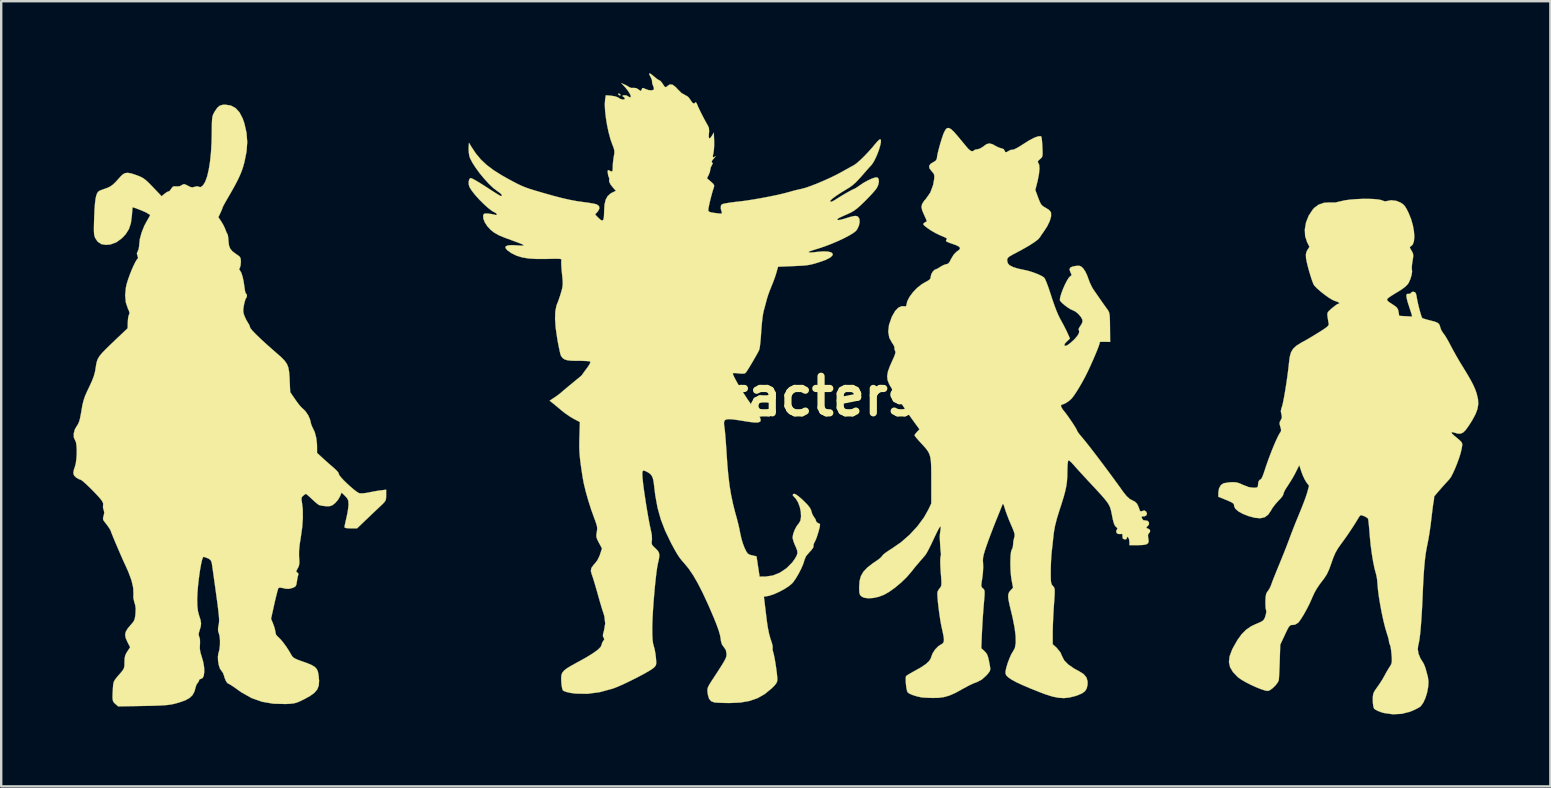
<source format=kicad_pcb>
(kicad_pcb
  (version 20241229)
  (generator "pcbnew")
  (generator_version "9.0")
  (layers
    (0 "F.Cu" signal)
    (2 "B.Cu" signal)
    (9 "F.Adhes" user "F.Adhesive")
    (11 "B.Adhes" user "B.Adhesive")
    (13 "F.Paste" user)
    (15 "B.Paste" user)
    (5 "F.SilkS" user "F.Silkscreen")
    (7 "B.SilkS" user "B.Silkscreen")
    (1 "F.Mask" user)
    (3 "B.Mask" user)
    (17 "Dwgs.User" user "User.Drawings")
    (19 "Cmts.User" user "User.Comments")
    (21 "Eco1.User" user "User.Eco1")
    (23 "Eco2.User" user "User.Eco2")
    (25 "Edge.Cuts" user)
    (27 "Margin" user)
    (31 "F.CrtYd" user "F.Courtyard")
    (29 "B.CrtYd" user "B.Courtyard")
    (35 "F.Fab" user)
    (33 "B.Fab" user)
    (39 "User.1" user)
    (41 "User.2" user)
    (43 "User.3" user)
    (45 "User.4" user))
  (footprint "characters"
    (layer "F.Cu")
    (at 29.124 13.46)
    (property "Reference" "characters" (at 0 0 0) (layer "F.SilkS") (effects (font (size 1.524 1.524) (thickness 0.3))))
    (attr through_hole)
    (fp_poly (pts (xy -6.337 -12.584) (xy -6.329 -12.573) (xy -6.331 -12.534) (xy -6.345 -12.531) (xy -6.405 -12.562) (xy -6.413 -12.573) (xy -6.412 -12.612) (xy -6.397 -12.615) (xy -6.337 -12.584)) (stroke (width 0.01) (type solid)) (fill yes) (layer "F.SilkS"))
    (fp_poly (pts (xy 25.051 -8.218) (xy 25.243 -8.2) (xy 25.378 -8.173) (xy 25.42 -8.154) (xy 25.534 -8.12) (xy 25.59 -8.131) (xy 25.787 -8.168) (xy 26.002 -8.141) (xy 26.182 -8.067) (xy 26.28 -7.999) (xy 26.36 -7.913) (xy 26.437 -7.786) (xy 26.514 -7.631) (xy 26.615 -7.38) (xy 26.688 -7.123) (xy 26.733 -6.875) (xy 26.749 -6.65) (xy 26.733 -6.462) (xy 26.685 -6.325) (xy 26.624 -6.263) (xy 26.573 -6.231) (xy 26.563 -6.194) (xy 26.597 -6.125) (xy 26.632 -6.068) (xy 26.68 -5.981) (xy 26.702 -5.905) (xy 26.701 -5.808) (xy 26.679 -5.663) (xy 26.674 -5.635) (xy 26.652 -5.482) (xy 26.643 -5.356) (xy 26.648 -5.287) (xy 26.656 -5.184) (xy 26.631 -5.037) (xy 26.582 -4.877) (xy 26.516 -4.732) (xy 26.476 -4.67) (xy 26.385 -4.577) (xy 26.249 -4.471) (xy 26.108 -4.38) (xy 25.953 -4.287) (xy 25.806 -4.195) (xy 25.708 -4.13) (xy 25.638 -4.073) (xy 25.611 -4.026) (xy 25.636 -3.975) (xy 25.719 -3.908) (xy 25.868 -3.812) (xy 25.891 -3.797) (xy 26.006 -3.713) (xy 26.066 -3.625) (xy 26.092 -3.521) (xy 26.119 -3.352) (xy 26.384 -3.336) (xy 26.523 -3.328) (xy 26.623 -3.324) (xy 26.659 -3.325) (xy 26.651 -3.364) (xy 26.621 -3.466) (xy 26.574 -3.612) (xy 26.543 -3.705) (xy 26.467 -3.942) (xy 26.426 -4.11) (xy 26.419 -4.214) (xy 26.445 -4.263) (xy 26.498 -4.264) (xy 26.578 -4.273) (xy 26.604 -4.304) (xy 26.66 -4.349) (xy 26.722 -4.353) (xy 26.786 -4.328) (xy 26.823 -4.26) (xy 26.845 -4.149) (xy 26.872 -4) (xy 26.91 -3.825) (xy 26.955 -3.643) (xy 27.001 -3.476) (xy 27.042 -3.345) (xy 27.073 -3.269) (xy 27.08 -3.261) (xy 27.136 -3.236) (xy 27.25 -3.201) (xy 27.399 -3.162) (xy 27.406 -3.16) (xy 27.59 -3.113) (xy 27.707 -3.067) (xy 27.776 -3.012) (xy 27.814 -2.935) (xy 27.83 -2.869) (xy 27.879 -2.74) (xy 27.957 -2.626) (xy 28.018 -2.543) (xy 28.103 -2.406) (xy 28.198 -2.236) (xy 28.26 -2.117) (xy 28.367 -1.916) (xy 28.501 -1.676) (xy 28.645 -1.428) (xy 28.768 -1.228) (xy 28.947 -0.935) (xy 29.086 -0.696) (xy 29.191 -0.498) (xy 29.27 -0.325) (xy 29.33 -0.163) (xy 29.353 -0.088) (xy 29.403 0.129) (xy 29.413 0.329) (xy 29.379 0.53) (xy 29.297 0.747) (xy 29.163 0.996) (xy 29.021 1.221) (xy 28.892 1.401) (xy 28.781 1.51) (xy 28.672 1.558) (xy 28.551 1.553) (xy 28.46 1.526) (xy 28.342 1.493) (xy 28.296 1.504) (xy 28.323 1.557) (xy 28.409 1.639) (xy 28.564 1.767) (xy 28.665 1.856) (xy 28.722 1.922) (xy 28.745 1.983) (xy 28.743 2.057) (xy 28.725 2.16) (xy 28.716 2.207) (xy 28.677 2.372) (xy 28.613 2.574) (xy 28.533 2.795) (xy 28.445 3.013) (xy 28.356 3.209) (xy 28.276 3.361) (xy 28.22 3.442) (xy 28.066 3.611) (xy 27.916 3.778) (xy 27.782 3.931) (xy 27.673 4.058) (xy 27.598 4.148) (xy 27.569 4.19) (xy 27.569 4.191) (xy 27.575 4.228) (xy 27.564 4.321) (xy 27.555 4.371) (xy 27.537 4.48) (xy 27.513 4.651) (xy 27.487 4.864) (xy 27.46 5.095) (xy 27.454 5.144) (xy 27.422 5.404) (xy 27.382 5.678) (xy 27.34 5.933) (xy 27.301 6.136) (xy 27.3 6.138) (xy 27.257 6.353) (xy 27.22 6.579) (xy 27.189 6.829) (xy 27.162 7.115) (xy 27.138 7.449) (xy 27.116 7.844) (xy 27.096 8.297) (xy 27.074 8.779) (xy 27.048 9.211) (xy 27.021 9.586) (xy 26.992 9.898) (xy 26.961 10.141) (xy 26.93 10.308) (xy 26.914 10.362) (xy 26.892 10.531) (xy 26.925 10.729) (xy 27.007 10.927) (xy 27.069 11.021) (xy 27.145 11.15) (xy 27.208 11.305) (xy 27.22 11.345) (xy 27.262 11.504) (xy 27.305 11.66) (xy 27.314 11.693) (xy 27.339 11.878) (xy 27.327 12.101) (xy 27.283 12.338) (xy 27.213 12.567) (xy 27.123 12.764) (xy 27.021 12.906) (xy 26.988 12.935) (xy 26.883 12.999) (xy 26.73 13.074) (xy 26.57 13.141) (xy 26.221 13.23) (xy 25.851 13.248) (xy 25.485 13.195) (xy 25.379 13.165) (xy 25.236 13.111) (xy 25.123 13.052) (xy 25.072 13.011) (xy 25.044 12.929) (xy 25.024 12.791) (xy 25.019 12.654) (xy 25.022 12.503) (xy 25.04 12.394) (xy 25.083 12.296) (xy 25.162 12.177) (xy 25.207 12.115) (xy 25.32 11.952) (xy 25.429 11.78) (xy 25.503 11.648) (xy 25.588 11.491) (xy 25.68 11.335) (xy 25.72 11.275) (xy 25.773 11.19) (xy 25.803 11.115) (xy 25.814 11.023) (xy 25.811 10.891) (xy 25.8 10.753) (xy 25.783 10.584) (xy 25.762 10.447) (xy 25.741 10.365) (xy 25.734 10.353) (xy 25.703 10.28) (xy 25.696 10.224) (xy 25.683 10.137) (xy 25.647 10.004) (xy 25.613 9.899) (xy 25.541 9.663) (xy 25.466 9.366) (xy 25.394 9.032) (xy 25.328 8.683) (xy 25.272 8.343) (xy 25.233 8.035) (xy 25.213 7.789) (xy 25.198 7.625) (xy 25.171 7.47) (xy 25.155 7.408) (xy 25.093 7.18) (xy 25.033 6.888) (xy 24.978 6.554) (xy 24.931 6.199) (xy 24.896 5.843) (xy 24.892 5.788) (xy 24.874 5.563) (xy 24.856 5.365) (xy 24.84 5.212) (xy 24.827 5.12) (xy 24.823 5.103) (xy 24.773 5.054) (xy 24.677 5.001) (xy 24.572 4.962) (xy 24.514 4.953) (xy 24.477 4.986) (xy 24.421 5.068) (xy 24.408 5.091) (xy 24.281 5.3) (xy 24.119 5.55) (xy 23.938 5.817) (xy 23.755 6.073) (xy 23.694 6.155) (xy 23.56 6.347) (xy 23.458 6.526) (xy 23.372 6.727) (xy 23.298 6.938) (xy 23.201 7.207) (xy 23.104 7.415) (xy 22.995 7.584) (xy 22.974 7.611) (xy 22.808 7.83) (xy 22.683 8.015) (xy 22.583 8.194) (xy 22.491 8.396) (xy 22.472 8.443) (xy 22.38 8.647) (xy 22.268 8.867) (xy 22.149 9.081) (xy 22.034 9.268) (xy 21.937 9.404) (xy 21.915 9.43) (xy 21.787 9.511) (xy 21.689 9.525) (xy 21.625 9.528) (xy 21.576 9.548) (xy 21.529 9.597) (xy 21.475 9.689) (xy 21.402 9.838) (xy 21.356 9.937) (xy 21.163 10.35) (xy 21.141 11.049) (xy 21.132 11.289) (xy 21.123 11.505) (xy 21.114 11.679) (xy 21.106 11.795) (xy 21.101 11.832) (xy 21.054 11.931) (xy 20.963 12.046) (xy 20.851 12.157) (xy 20.738 12.241) (xy 20.649 12.277) (xy 20.644 12.277) (xy 20.527 12.256) (xy 20.357 12.2) (xy 20.155 12.119) (xy 19.94 12.021) (xy 19.732 11.915) (xy 19.55 11.81) (xy 19.415 11.716) (xy 19.399 11.703) (xy 19.197 11.494) (xy 19.073 11.286) (xy 19.026 11.068) (xy 19.055 10.829) (xy 19.157 10.557) (xy 19.198 10.475) (xy 19.377 10.16) (xy 19.552 9.916) (xy 19.738 9.729) (xy 19.945 9.586) (xy 20.142 9.491) (xy 20.306 9.422) (xy 20.41 9.369) (xy 20.473 9.315) (xy 20.513 9.246) (xy 20.546 9.154) (xy 20.578 9.025) (xy 20.583 8.934) (xy 20.575 8.912) (xy 20.558 8.851) (xy 20.548 8.73) (xy 20.546 8.572) (xy 20.546 8.543) (xy 20.555 8.363) (xy 20.575 8.243) (xy 20.611 8.162) (xy 20.644 8.12) (xy 20.715 8.014) (xy 20.778 7.878) (xy 20.786 7.853) (xy 20.821 7.756) (xy 20.881 7.599) (xy 20.961 7.4) (xy 21.052 7.174) (xy 21.113 7.027) (xy 21.221 6.765) (xy 21.332 6.488) (xy 21.436 6.223) (xy 21.521 5.999) (xy 21.548 5.927) (xy 21.626 5.718) (xy 21.725 5.461) (xy 21.835 5.186) (xy 21.943 4.924) (xy 21.962 4.878) (xy 22.058 4.643) (xy 22.149 4.41) (xy 22.225 4.202) (xy 22.278 4.041) (xy 22.29 4.001) (xy 22.364 3.728) (xy 22.253 3.583) (xy 22.182 3.465) (xy 22.106 3.303) (xy 22.049 3.153) (xy 21.956 2.869) (xy 21.832 3.117) (xy 21.763 3.254) (xy 21.693 3.38) (xy 21.611 3.516) (xy 21.503 3.686) (xy 21.399 3.844) (xy 21.335 3.958) (xy 21.297 4.054) (xy 21.294 4.079) (xy 21.265 4.145) (xy 21.189 4.245) (xy 21.087 4.352) (xy 20.958 4.495) (xy 20.838 4.656) (xy 20.774 4.765) (xy 20.659 4.934) (xy 20.516 5.039) (xy 20.334 5.081) (xy 20.106 5.062) (xy 19.845 4.992) (xy 19.602 4.897) (xy 19.414 4.791) (xy 19.291 4.682) (xy 19.242 4.576) (xy 19.242 4.563) (xy 19.234 4.506) (xy 19.199 4.459) (xy 19.121 4.41) (xy 18.984 4.348) (xy 18.914 4.319) (xy 18.584 4.185) (xy 18.585 4.008) (xy 18.614 3.835) (xy 18.69 3.701) (xy 18.801 3.625) (xy 18.844 3.616) (xy 18.921 3.605) (xy 18.944 3.598) (xy 18.982 3.592) (xy 19.079 3.583) (xy 19.154 3.579) (xy 19.309 3.582) (xy 19.456 3.621) (xy 19.604 3.688) (xy 19.854 3.785) (xy 20.039 3.81) (xy 20.159 3.806) (xy 20.217 3.785) (xy 20.234 3.737) (xy 20.235 3.708) (xy 20.252 3.568) (xy 20.299 3.486) (xy 20.34 3.471) (xy 20.377 3.434) (xy 20.427 3.335) (xy 20.479 3.194) (xy 20.489 3.164) (xy 20.578 2.893) (xy 20.678 2.61) (xy 20.785 2.33) (xy 20.89 2.068) (xy 20.99 1.838) (xy 21.077 1.654) (xy 21.146 1.53) (xy 21.166 1.503) (xy 21.198 1.443) (xy 21.193 1.361) (xy 21.167 1.271) (xy 21.136 1.154) (xy 21.142 1.073) (xy 21.184 0.994) (xy 21.231 0.896) (xy 21.225 0.795) (xy 21.211 0.746) (xy 21.187 0.621) (xy 21.213 0.496) (xy 21.229 0.453) (xy 21.258 0.357) (xy 21.293 0.192) (xy 21.334 -0.024) (xy 21.377 -0.278) (xy 21.42 -0.551) (xy 21.46 -0.83) (xy 21.495 -1.097) (xy 21.522 -1.338) (xy 21.528 -1.397) (xy 21.56 -1.647) (xy 21.614 -1.836) (xy 21.703 -1.984) (xy 21.841 -2.11) (xy 22.04 -2.235) (xy 22.14 -2.289) (xy 22.254 -2.351) (xy 22.416 -2.446) (xy 22.603 -2.559) (xy 22.768 -2.661) (xy 22.955 -2.78) (xy 23.08 -2.867) (xy 23.152 -2.931) (xy 23.183 -2.98) (xy 23.183 -3.023) (xy 23.165 -3.12) (xy 23.143 -3.255) (xy 23.136 -3.302) (xy 23.125 -3.407) (xy 23.135 -3.48) (xy 23.181 -3.546) (xy 23.274 -3.632) (xy 23.321 -3.672) (xy 23.436 -3.765) (xy 23.529 -3.83) (xy 23.577 -3.852) (xy 23.628 -3.866) (xy 23.612 -3.898) (xy 23.544 -3.938) (xy 23.44 -3.973) (xy 23.33 -4.021) (xy 23.18 -4.113) (xy 23.01 -4.234) (xy 22.839 -4.369) (xy 22.686 -4.504) (xy 22.575 -4.622) (xy 22.537 -4.695) (xy 22.486 -4.83) (xy 22.428 -5.008) (xy 22.368 -5.208) (xy 22.313 -5.409) (xy 22.269 -5.593) (xy 22.241 -5.738) (xy 22.237 -5.764) (xy 22.232 -5.919) (xy 22.265 -6.039) (xy 22.297 -6.096) (xy 22.38 -6.228) (xy 22.282 -6.423) (xy 22.2 -6.672) (xy 22.187 -6.95) (xy 22.236 -7.238) (xy 22.346 -7.519) (xy 22.513 -7.774) (xy 22.577 -7.847) (xy 22.76 -7.983) (xy 22.986 -8.062) (xy 23.23 -8.075) (xy 23.264 -8.071) (xy 23.46 -8.074) (xy 23.693 -8.127) (xy 23.855 -8.164) (xy 24.067 -8.193) (xy 24.311 -8.213) (xy 24.567 -8.224) (xy 24.82 -8.226) (xy 25.051 -8.218)) (stroke (width 0.01) (type solid)) (fill yes) (layer "F.SilkS"))
    (fp_poly (pts (xy -22.562 -12.115) (xy -22.363 -12.01) (xy -22.198 -11.832) (xy -22.064 -11.577) (xy -21.992 -11.367) (xy -21.903 -10.975) (xy -21.874 -10.591) (xy -21.903 -10.192) (xy -21.991 -9.758) (xy -22.043 -9.568) (xy -22.104 -9.387) (xy -22.18 -9.201) (xy -22.276 -8.997) (xy -22.4 -8.761) (xy -22.558 -8.48) (xy -22.739 -8.168) (xy -22.817 -8.031) (xy -22.875 -7.923) (xy -22.902 -7.864) (xy -22.902 -7.86) (xy -22.919 -7.808) (xy -22.961 -7.707) (xy -22.989 -7.646) (xy -23.076 -7.461) (xy -22.952 -7.276) (xy -22.868 -7.133) (xy -22.798 -6.986) (xy -22.778 -6.933) (xy -22.738 -6.827) (xy -22.704 -6.763) (xy -22.698 -6.757) (xy -22.681 -6.708) (xy -22.665 -6.6) (xy -22.656 -6.47) (xy -22.635 -6.287) (xy -22.584 -6.151) (xy -22.487 -6.037) (xy -22.329 -5.919) (xy -22.299 -5.9) (xy -22.202 -5.83) (xy -22.155 -5.762) (xy -22.141 -5.66) (xy -22.14 -5.596) (xy -22.15 -5.466) (xy -22.174 -5.369) (xy -22.188 -5.345) (xy -22.211 -5.289) (xy -22.171 -5.232) (xy -22.118 -5.14) (xy -22.067 -4.98) (xy -22.022 -4.768) (xy -21.986 -4.52) (xy -21.983 -4.498) (xy -21.964 -4.374) (xy -21.939 -4.293) (xy -21.923 -4.276) (xy -21.893 -4.242) (xy -21.888 -4.171) (xy -21.908 -4.104) (xy -21.924 -4.088) (xy -21.95 -4.037) (xy -21.983 -3.928) (xy -22.012 -3.798) (xy -22.037 -3.637) (xy -22.039 -3.522) (xy -22.014 -3.414) (xy -21.988 -3.342) (xy -21.926 -3.204) (xy -21.858 -3.084) (xy -21.837 -3.053) (xy -21.78 -2.955) (xy -21.759 -2.877) (xy -21.728 -2.818) (xy -21.637 -2.711) (xy -21.493 -2.563) (xy -21.302 -2.38) (xy -21.071 -2.168) (xy -20.807 -1.933) (xy -20.649 -1.797) (xy -20.452 -1.623) (xy -20.313 -1.479) (xy -20.219 -1.344) (xy -20.161 -1.196) (xy -20.129 -1.013) (xy -20.111 -0.775) (xy -20.107 -0.69) (xy -20.084 -0.174) (xy -19.879 0.126) (xy -19.776 0.271) (xy -19.681 0.392) (xy -19.61 0.469) (xy -19.596 0.481) (xy -19.457 0.612) (xy -19.337 0.786) (xy -19.258 0.965) (xy -19.244 1.025) (xy -19.21 1.165) (xy -19.163 1.283) (xy -19.151 1.305) (xy -19.061 1.494) (xy -18.998 1.737) (xy -18.968 2.004) (xy -18.966 2.079) (xy -18.965 2.358) (xy -18.741 2.566) (xy -18.584 2.708) (xy -18.405 2.865) (xy -18.277 2.975) (xy -18.158 3.085) (xy -18.081 3.175) (xy -18.058 3.231) (xy -18.059 3.233) (xy -18.039 3.285) (xy -17.967 3.378) (xy -17.857 3.497) (xy -17.722 3.629) (xy -17.577 3.762) (xy -17.436 3.882) (xy -17.313 3.977) (xy -17.221 4.032) (xy -17.198 4.041) (xy -17.094 4.045) (xy -16.943 4.031) (xy -16.805 4.006) (xy -16.617 3.968) (xy -16.423 3.935) (xy -16.309 3.919) (xy -16.087 3.892) (xy -16.087 4.123) (xy -16.089 4.237) (xy -16.104 4.32) (xy -16.145 4.393) (xy -16.223 4.479) (xy -16.35 4.6) (xy -16.351 4.601) (xy -16.5 4.74) (xy -16.681 4.912) (xy -16.865 5.088) (xy -16.957 5.175) (xy -17.299 5.503) (xy -17.561 5.503) (xy -17.722 5.496) (xy -17.806 5.475) (xy -17.822 5.45) (xy -17.813 5.387) (xy -17.787 5.264) (xy -17.751 5.105) (xy -17.737 5.046) (xy -17.697 4.853) (xy -17.667 4.664) (xy -17.653 4.514) (xy -17.653 4.493) (xy -17.663 4.355) (xy -17.704 4.257) (xy -17.796 4.154) (xy -17.798 4.151) (xy -17.944 4.011) (xy -18.011 4.172) (xy -18.094 4.315) (xy -18.207 4.445) (xy -18.329 4.54) (xy -18.433 4.578) (xy -18.597 4.579) (xy -18.757 4.561) (xy -18.876 4.531) (xy -18.893 4.523) (xy -18.96 4.475) (xy -19.065 4.386) (xy -19.186 4.275) (xy -19.188 4.273) (xy -19.298 4.171) (xy -19.384 4.097) (xy -19.428 4.066) (xy -19.43 4.065) (xy -19.475 4.091) (xy -19.543 4.143) (xy -19.596 4.197) (xy -19.615 4.26) (xy -19.606 4.362) (xy -19.594 4.427) (xy -19.56 4.717) (xy -19.557 5.066) (xy -19.584 5.457) (xy -19.642 5.87) (xy -19.644 5.884) (xy -19.692 6.191) (xy -19.715 6.44) (xy -19.716 6.652) (xy -19.712 6.719) (xy -19.702 6.892) (xy -19.709 7.011) (xy -19.737 7.103) (xy -19.772 7.169) (xy -19.823 7.264) (xy -19.829 7.312) (xy -19.794 7.338) (xy -19.788 7.34) (xy -19.74 7.391) (xy -19.749 7.44) (xy -19.772 7.525) (xy -19.796 7.655) (xy -19.806 7.722) (xy -19.828 7.848) (xy -19.864 7.919) (xy -19.936 7.963) (xy -20.003 7.988) (xy -20.142 8.023) (xy -20.271 8.017) (xy -20.354 7.997) (xy -20.479 7.972) (xy -20.559 7.977) (xy -20.571 7.984) (xy -20.592 8.037) (xy -20.626 8.157) (xy -20.67 8.329) (xy -20.72 8.538) (xy -20.744 8.646) (xy -20.882 9.269) (xy -20.792 9.487) (xy -20.74 9.633) (xy -20.707 9.768) (xy -20.701 9.826) (xy -20.669 9.943) (xy -20.572 10.041) (xy -20.48 10.13) (xy -20.364 10.272) (xy -20.237 10.447) (xy -20.116 10.635) (xy -20.024 10.796) (xy -19.973 10.865) (xy -19.889 10.924) (xy -19.754 10.983) (xy -19.622 11.031) (xy -19.37 11.12) (xy -19.187 11.198) (xy -19.062 11.274) (xy -18.981 11.359) (xy -18.933 11.462) (xy -18.905 11.593) (xy -18.904 11.599) (xy -18.88 11.851) (xy -18.894 12.051) (xy -18.957 12.213) (xy -19.076 12.354) (xy -19.261 12.488) (xy -19.489 12.614) (xy -19.667 12.702) (xy -19.802 12.759) (xy -19.927 12.792) (xy -20.074 12.809) (xy -20.272 12.82) (xy -20.275 12.82) (xy -20.788 12.807) (xy -21.257 12.726) (xy -21.692 12.572) (xy -22.101 12.344) (xy -22.224 12.259) (xy -22.38 12.146) (xy -22.514 12.056) (xy -22.608 11.997) (xy -22.646 11.98) (xy -22.706 11.943) (xy -22.769 11.846) (xy -22.822 11.714) (xy -22.84 11.644) (xy -22.884 11.525) (xy -22.948 11.435) (xy -22.951 11.433) (xy -23.012 11.342) (xy -23.06 11.195) (xy -23.089 11.022) (xy -23.096 10.852) (xy -23.077 10.713) (xy -23.068 10.689) (xy -23.03 10.543) (xy -23.01 10.353) (xy -23.009 10.153) (xy -23.028 9.976) (xy -23.056 9.878) (xy -23.089 9.769) (xy -23.088 9.651) (xy -23.066 9.536) (xy -23.053 9.462) (xy -23.046 9.377) (xy -23.047 9.269) (xy -23.057 9.128) (xy -23.077 8.942) (xy -23.106 8.7) (xy -23.148 8.392) (xy -23.173 8.209) (xy -23.215 7.903) (xy -23.255 7.619) (xy -23.29 7.368) (xy -23.319 7.164) (xy -23.34 7.019) (xy -23.35 6.95) (xy -23.388 6.84) (xy -23.472 6.77) (xy -23.517 6.749) (xy -23.621 6.709) (xy -23.691 6.689) (xy -23.697 6.689) (xy -23.727 6.729) (xy -23.762 6.839) (xy -23.799 7.006) (xy -23.837 7.217) (xy -23.872 7.456) (xy -23.904 7.711) (xy -23.931 7.968) (xy -23.949 8.212) (xy -23.958 8.43) (xy -23.959 8.488) (xy -23.951 8.752) (xy -23.926 8.958) (xy -23.88 9.132) (xy -23.876 9.144) (xy -23.819 9.323) (xy -23.798 9.459) (xy -23.81 9.585) (xy -23.854 9.736) (xy -23.857 9.742) (xy -23.894 9.874) (xy -23.894 9.964) (xy -23.872 10.02) (xy -23.843 10.133) (xy -23.841 10.3) (xy -23.845 10.343) (xy -23.85 10.508) (xy -23.826 10.671) (xy -23.767 10.863) (xy -23.705 11.081) (xy -23.671 11.291) (xy -23.664 11.48) (xy -23.684 11.633) (xy -23.729 11.734) (xy -23.796 11.769) (xy -23.862 11.794) (xy -23.876 11.827) (xy -23.906 11.902) (xy -23.937 11.936) (xy -23.988 12.011) (xy -24.024 12.121) (xy -24.076 12.308) (xy -24.158 12.455) (xy -24.281 12.571) (xy -24.458 12.668) (xy -24.703 12.754) (xy -24.832 12.791) (xy -24.951 12.821) (xy -25.073 12.844) (xy -25.21 12.862) (xy -25.376 12.875) (xy -25.586 12.886) (xy -25.853 12.894) (xy -26.189 12.901) (xy -26.208 12.901) (xy -27.248 12.92) (xy -27.37 12.816) (xy -27.422 12.767) (xy -27.458 12.717) (xy -27.478 12.651) (xy -27.486 12.551) (xy -27.483 12.403) (xy -27.472 12.19) (xy -27.468 12.127) (xy -27.457 11.996) (xy -27.433 11.898) (xy -27.384 11.807) (xy -27.298 11.696) (xy -27.22 11.607) (xy -27.106 11.475) (xy -27.037 11.38) (xy -27.002 11.297) (xy -26.989 11.199) (xy -26.988 11.076) (xy -26.98 10.905) (xy -26.95 10.779) (xy -26.887 10.659) (xy -26.87 10.633) (xy -26.753 10.456) (xy -26.86 10.246) (xy -26.934 10.079) (xy -26.961 9.943) (xy -26.937 9.816) (xy -26.858 9.68) (xy -26.718 9.513) (xy -26.69 9.483) (xy -26.612 9.386) (xy -26.566 9.288) (xy -26.54 9.157) (xy -26.529 9.05) (xy -26.521 8.844) (xy -26.543 8.688) (xy -26.57 8.607) (xy -26.618 8.402) (xy -26.615 8.214) (xy -26.626 7.967) (xy -26.697 7.664) (xy -26.83 7.306) (xy -26.944 7.053) (xy -27.008 6.916) (xy -27.087 6.739) (xy -27.176 6.536) (xy -27.268 6.322) (xy -27.358 6.112) (xy -27.438 5.921) (xy -27.502 5.763) (xy -27.545 5.655) (xy -27.559 5.61) (xy -27.583 5.559) (xy -27.643 5.465) (xy -27.722 5.353) (xy -27.806 5.246) (xy -27.827 5.221) (xy -27.877 5.146) (xy -27.881 5.067) (xy -27.857 4.979) (xy -27.829 4.851) (xy -27.849 4.753) (xy -27.856 4.739) (xy -27.884 4.627) (xy -27.878 4.543) (xy -27.877 4.456) (xy -27.925 4.358) (xy -27.991 4.271) (xy -28.109 4.138) (xy -28.249 3.99) (xy -28.398 3.839) (xy -28.543 3.7) (xy -28.671 3.583) (xy -28.768 3.503) (xy -28.822 3.473) (xy -28.822 3.473) (xy -28.893 3.449) (xy -28.991 3.392) (xy -29.002 3.384) (xy -29.088 3.301) (xy -29.119 3.201) (xy -29.098 3.065) (xy -29.055 2.942) (xy -29.018 2.805) (xy -28.993 2.625) (xy -28.979 2.423) (xy -28.977 2.221) (xy -28.988 2.042) (xy -29.011 1.907) (xy -29.038 1.848) (xy -29.097 1.717) (xy -29.102 1.551) (xy -29.055 1.377) (xy -28.982 1.252) (xy -28.925 1.164) (xy -28.88 1.062) (xy -28.841 0.925) (xy -28.804 0.735) (xy -28.781 0.599) (xy -28.739 0.362) (xy -28.693 0.173) (xy -28.634 -0.002) (xy -28.551 -0.194) (xy -28.471 -0.36) (xy -28.35 -0.619) (xy -28.267 -0.833) (xy -28.215 -1.025) (xy -28.195 -1.14) (xy -28.173 -1.283) (xy -28.152 -1.4) (xy -28.122 -1.501) (xy -28.078 -1.596) (xy -28.013 -1.695) (xy -27.918 -1.807) (xy -27.787 -1.944) (xy -27.612 -2.115) (xy -27.388 -2.33) (xy -27.261 -2.45) (xy -26.857 -2.834) (xy -26.85 -3.093) (xy -26.839 -3.24) (xy -26.818 -3.357) (xy -26.796 -3.409) (xy -26.777 -3.468) (xy -26.803 -3.563) (xy -26.843 -3.648) (xy -26.931 -3.907) (xy -26.96 -4.209) (xy -26.927 -4.539) (xy -26.889 -4.705) (xy -26.833 -4.882) (xy -26.762 -5.079) (xy -26.682 -5.278) (xy -26.602 -5.459) (xy -26.528 -5.606) (xy -26.47 -5.699) (xy -26.448 -5.721) (xy -26.421 -5.767) (xy -26.447 -5.855) (xy -26.447 -5.856) (xy -26.473 -5.954) (xy -26.437 -6.037) (xy -26.436 -6.039) (xy -26.399 -6.128) (xy -26.377 -6.26) (xy -26.375 -6.314) (xy -26.347 -6.553) (xy -26.272 -6.827) (xy -26.161 -7.104) (xy -26.057 -7.298) (xy -25.984 -7.423) (xy -25.934 -7.515) (xy -25.918 -7.554) (xy -25.918 -7.554) (xy -25.958 -7.579) (xy -26.04 -7.63) (xy -26.05 -7.637) (xy -26.13 -7.678) (xy -26.253 -7.732) (xy -26.394 -7.788) (xy -26.525 -7.838) (xy -26.621 -7.869) (xy -26.649 -7.874) (xy -26.656 -7.835) (xy -26.665 -7.731) (xy -26.676 -7.582) (xy -26.68 -7.525) (xy -26.72 -7.219) (xy -26.802 -6.969) (xy -26.937 -6.753) (xy -27.091 -6.589) (xy -27.324 -6.417) (xy -27.571 -6.326) (xy -27.758 -6.308) (xy -27.953 -6.339) (xy -28.101 -6.439) (xy -28.186 -6.557) (xy -28.218 -6.619) (xy -28.241 -6.684) (xy -28.254 -6.767) (xy -28.261 -6.881) (xy -28.261 -7.042) (xy -28.256 -7.265) (xy -28.251 -7.431) (xy -28.237 -7.759) (xy -28.217 -8.029) (xy -28.192 -8.233) (xy -28.167 -8.348) (xy -28.13 -8.453) (xy -28.087 -8.52) (xy -28.017 -8.568) (xy -27.898 -8.614) (xy -27.822 -8.64) (xy -27.682 -8.691) (xy -27.57 -8.747) (xy -27.467 -8.822) (xy -27.354 -8.931) (xy -27.211 -9.088) (xy -27.171 -9.135) (xy -27.067 -9.238) (xy -26.967 -9.296) (xy -26.85 -9.31) (xy -26.697 -9.282) (xy -26.49 -9.213) (xy -26.461 -9.203) (xy -26.325 -9.148) (xy -26.214 -9.09) (xy -26.108 -9.013) (xy -25.987 -8.903) (xy -25.834 -8.746) (xy -25.802 -8.713) (xy -25.441 -8.334) (xy -25.311 -8.443) (xy -25.222 -8.507) (xy -25.16 -8.534) (xy -25.15 -8.533) (xy -25.111 -8.552) (xy -25.054 -8.624) (xy -25.044 -8.641) (xy -24.981 -8.726) (xy -24.912 -8.751) (xy -24.849 -8.742) (xy -24.695 -8.749) (xy -24.617 -8.788) (xy -24.543 -8.83) (xy -24.482 -8.835) (xy -24.398 -8.799) (xy -24.343 -8.769) (xy -24.227 -8.713) (xy -24.143 -8.703) (xy -24.075 -8.725) (xy -23.954 -8.75) (xy -23.893 -8.729) (xy -23.826 -8.713) (xy -23.756 -8.753) (xy -23.712 -8.797) (xy -23.624 -8.937) (xy -23.546 -9.152) (xy -23.479 -9.434) (xy -23.424 -9.773) (xy -23.384 -10.16) (xy -23.36 -10.586) (xy -23.353 -10.901) (xy -23.35 -11.173) (xy -23.346 -11.374) (xy -23.339 -11.521) (xy -23.327 -11.626) (xy -23.308 -11.705) (xy -23.279 -11.773) (xy -23.24 -11.844) (xy -23.229 -11.863) (xy -23.124 -12.017) (xy -23.02 -12.106) (xy -22.894 -12.144) (xy -22.798 -12.15) (xy -22.562 -12.115)) (stroke (width 0.01) (type solid)) (fill yes) (layer "F.SilkS"))
    (fp_poly (pts (xy 7.452 -11.127) (xy 7.576 -11.01) (xy 7.736 -10.825) (xy 7.77 -10.784) (xy 7.905 -10.621) (xy 8.028 -10.473) (xy 8.124 -10.359) (xy 8.178 -10.298) (xy 8.277 -10.219) (xy 8.361 -10.209) (xy 8.403 -10.245) (xy 8.461 -10.277) (xy 8.543 -10.289) (xy 8.646 -10.317) (xy 8.767 -10.387) (xy 8.804 -10.416) (xy 8.934 -10.507) (xy 9.052 -10.534) (xy 9.183 -10.497) (xy 9.292 -10.436) (xy 9.414 -10.373) (xy 9.523 -10.335) (xy 9.554 -10.331) (xy 9.643 -10.294) (xy 9.673 -10.245) (xy 9.706 -10.176) (xy 9.757 -10.169) (xy 9.847 -10.221) (xy 9.856 -10.227) (xy 9.948 -10.269) (xy 10.013 -10.271) (xy 10.072 -10.284) (xy 10.184 -10.339) (xy 10.334 -10.426) (xy 10.479 -10.52) (xy 10.712 -10.666) (xy 10.912 -10.77) (xy 11.069 -10.828) (xy 11.176 -10.836) (xy 11.208 -10.82) (xy 11.222 -10.768) (xy 11.236 -10.651) (xy 11.248 -10.49) (xy 11.254 -10.383) (xy 11.261 -10.194) (xy 11.261 -10.071) (xy 11.249 -9.993) (xy 11.221 -9.941) (xy 11.174 -9.897) (xy 11.151 -9.878) (xy 11.074 -9.806) (xy 11.063 -9.756) (xy 11.082 -9.729) (xy 11.121 -9.638) (xy 11.131 -9.48) (xy 11.112 -9.27) (xy 11.065 -9.021) (xy 11.046 -8.941) (xy 10.959 -8.596) (xy 11.078 -8.274) (xy 11.142 -8.11) (xy 11.196 -8.004) (xy 11.257 -7.934) (xy 11.342 -7.878) (xy 11.393 -7.851) (xy 11.538 -7.757) (xy 11.611 -7.662) (xy 11.614 -7.65) (xy 11.616 -7.496) (xy 11.561 -7.302) (xy 11.455 -7.082) (xy 11.308 -6.858) (xy 11.227 -6.744) (xy 11.162 -6.645) (xy 11.151 -6.625) (xy 11.071 -6.535) (xy 10.915 -6.417) (xy 10.686 -6.271) (xy 10.388 -6.1) (xy 10.022 -5.906) (xy 10.001 -5.896) (xy 9.862 -5.814) (xy 9.794 -5.738) (xy 9.785 -5.645) (xy 9.817 -5.536) (xy 9.887 -5.459) (xy 10.031 -5.385) (xy 10.237 -5.319) (xy 10.477 -5.268) (xy 10.656 -5.228) (xy 10.851 -5.169) (xy 11.039 -5.098) (xy 11.199 -5.026) (xy 11.309 -4.959) (xy 11.336 -4.933) (xy 11.377 -4.857) (xy 11.435 -4.72) (xy 11.502 -4.541) (xy 11.57 -4.338) (xy 11.571 -4.335) (xy 11.676 -4.014) (xy 11.765 -3.758) (xy 11.844 -3.552) (xy 11.918 -3.379) (xy 11.996 -3.222) (xy 12.057 -3.111) (xy 12.151 -2.937) (xy 12.246 -2.75) (xy 12.302 -2.631) (xy 12.403 -2.404) (xy 12.27 -2.28) (xy 12.186 -2.188) (xy 12.171 -2.127) (xy 12.182 -2.109) (xy 12.233 -2.1) (xy 12.321 -2.146) (xy 12.426 -2.226) (xy 12.589 -2.374) (xy 12.709 -2.514) (xy 12.778 -2.633) (xy 12.788 -2.72) (xy 12.778 -2.738) (xy 12.762 -2.796) (xy 12.8 -2.88) (xy 12.841 -2.936) (xy 12.917 -3.067) (xy 12.925 -3.177) (xy 12.924 -3.18) (xy 12.867 -3.294) (xy 12.765 -3.417) (xy 12.645 -3.521) (xy 12.538 -3.577) (xy 12.438 -3.62) (xy 12.314 -3.696) (xy 12.185 -3.791) (xy 12.073 -3.888) (xy 11.999 -3.97) (xy 11.98 -4.012) (xy 11.998 -4.133) (xy 12.047 -4.296) (xy 12.116 -4.48) (xy 12.198 -4.663) (xy 12.282 -4.826) (xy 12.36 -4.946) (xy 12.414 -5) (xy 12.461 -5.034) (xy 12.463 -5.082) (xy 12.421 -5.172) (xy 12.384 -5.281) (xy 12.411 -5.356) (xy 12.508 -5.405) (xy 12.652 -5.431) (xy 12.777 -5.439) (xy 12.86 -5.414) (xy 12.942 -5.34) (xy 12.958 -5.323) (xy 13.033 -5.212) (xy 13.11 -5.056) (xy 13.163 -4.914) (xy 13.231 -4.732) (xy 13.319 -4.549) (xy 13.387 -4.437) (xy 13.488 -4.292) (xy 13.607 -4.12) (xy 13.697 -3.991) (xy 13.8 -3.844) (xy 13.9 -3.704) (xy 13.967 -3.611) (xy 14.006 -3.553) (xy 14.033 -3.491) (xy 14.051 -3.408) (xy 14.062 -3.289) (xy 14.068 -3.118) (xy 14.071 -2.879) (xy 14.071 -2.872) (xy 14.076 -2.265) (xy 13.851 -2.271) (xy 13.73 -2.271) (xy 13.657 -2.265) (xy 13.646 -2.258) (xy 13.64 -2.21) (xy 13.603 -2.097) (xy 13.54 -1.932) (xy 13.455 -1.726) (xy 13.354 -1.491) (xy 13.241 -1.24) (xy 13.152 -1.048) (xy 13.022 -0.788) (xy 12.877 -0.524) (xy 12.73 -0.276) (xy 12.593 -0.066) (xy 12.48 0.086) (xy 12.389 0.172) (xy 12.273 0.256) (xy 12.161 0.318) (xy 12.09 0.339) (xy 12.032 0.365) (xy 12.035 0.437) (xy 12.099 0.547) (xy 12.143 0.602) (xy 12.225 0.704) (xy 12.325 0.841) (xy 12.432 0.995) (xy 12.535 1.149) (xy 12.622 1.286) (xy 12.681 1.388) (xy 12.7 1.435) (xy 12.726 1.485) (xy 12.795 1.579) (xy 12.893 1.697) (xy 12.91 1.717) (xy 13.016 1.844) (xy 13.163 2.028) (xy 13.342 2.258) (xy 13.544 2.522) (xy 13.76 2.808) (xy 13.982 3.105) (xy 14.2 3.401) (xy 14.407 3.684) (xy 14.593 3.943) (xy 14.613 3.972) (xy 14.76 4.158) (xy 14.892 4.277) (xy 14.974 4.322) (xy 15.111 4.392) (xy 15.197 4.477) (xy 15.259 4.605) (xy 15.28 4.667) (xy 15.318 4.767) (xy 15.355 4.8) (xy 15.412 4.782) (xy 15.417 4.779) (xy 15.502 4.757) (xy 15.572 4.801) (xy 15.611 4.885) (xy 15.584 4.961) (xy 15.506 5.003) (xy 15.458 5.003) (xy 15.395 5.004) (xy 15.391 5.05) (xy 15.404 5.088) (xy 15.458 5.162) (xy 15.548 5.173) (xy 15.641 5.193) (xy 15.694 5.259) (xy 15.692 5.343) (xy 15.647 5.399) (xy 15.586 5.457) (xy 15.604 5.495) (xy 15.663 5.516) (xy 15.735 5.566) (xy 15.739 5.645) (xy 15.689 5.711) (xy 15.653 5.773) (xy 15.658 5.879) (xy 15.666 5.917) (xy 15.682 6.038) (xy 15.657 6.12) (xy 15.581 6.17) (xy 15.442 6.195) (xy 15.231 6.202) (xy 15.228 6.202) (xy 14.88 6.202) (xy 14.88 6.067) (xy 14.864 5.955) (xy 14.827 5.878) (xy 14.785 5.851) (xy 14.774 5.9) (xy 14.774 5.9) (xy 14.749 5.956) (xy 14.679 5.961) (xy 14.609 5.932) (xy 14.591 5.855) (xy 14.592 5.831) (xy 14.588 5.75) (xy 14.548 5.73) (xy 14.504 5.739) (xy 14.404 5.735) (xy 14.34 5.685) (xy 14.329 5.609) (xy 14.353 5.565) (xy 14.381 5.507) (xy 14.344 5.456) (xy 14.32 5.439) (xy 14.272 5.384) (xy 14.229 5.284) (xy 14.188 5.125) (xy 14.156 4.966) (xy 14.129 4.829) (xy 14.102 4.715) (xy 14.069 4.614) (xy 14.021 4.515) (xy 13.952 4.409) (xy 13.855 4.285) (xy 13.725 4.133) (xy 13.552 3.944) (xy 13.332 3.707) (xy 13.229 3.597) (xy 13.049 3.403) (xy 12.877 3.216) (xy 12.726 3.05) (xy 12.609 2.92) (xy 12.557 2.86) (xy 12.462 2.757) (xy 12.383 2.687) (xy 12.345 2.667) (xy 12.321 2.707) (xy 12.304 2.829) (xy 12.296 3.034) (xy 12.295 3.122) (xy 12.29 3.349) (xy 12.276 3.551) (xy 12.249 3.747) (xy 12.205 3.953) (xy 12.141 4.19) (xy 12.054 4.474) (xy 11.973 4.72) (xy 11.855 5.102) (xy 11.774 5.423) (xy 11.728 5.697) (xy 11.723 5.736) (xy 11.699 5.964) (xy 11.672 6.212) (xy 11.647 6.432) (xy 11.644 6.456) (xy 11.627 6.643) (xy 11.613 6.88) (xy 11.604 7.132) (xy 11.602 7.3) (xy 11.602 7.517) (xy 11.607 7.667) (xy 11.619 7.767) (xy 11.64 7.833) (xy 11.674 7.884) (xy 11.692 7.904) (xy 11.726 7.942) (xy 11.749 7.983) (xy 11.763 8.039) (xy 11.767 8.125) (xy 11.764 8.254) (xy 11.753 8.44) (xy 11.735 8.696) (xy 11.734 8.711) (xy 11.716 8.992) (xy 11.701 9.286) (xy 11.69 9.564) (xy 11.684 9.798) (xy 11.684 9.874) (xy 11.684 10.33) (xy 11.849 10.479) (xy 12.007 10.673) (xy 12.071 10.824) (xy 12.161 11) (xy 12.328 11.172) (xy 12.574 11.342) (xy 12.777 11.452) (xy 12.971 11.573) (xy 13.088 11.711) (xy 13.137 11.878) (xy 13.135 12.014) (xy 13.102 12.169) (xy 13.028 12.287) (xy 12.901 12.38) (xy 12.707 12.462) (xy 12.612 12.492) (xy 12.377 12.55) (xy 12.153 12.574) (xy 11.923 12.56) (xy 11.669 12.508) (xy 11.372 12.414) (xy 11.134 12.324) (xy 10.737 12.165) (xy 10.415 12.027) (xy 10.163 11.909) (xy 9.975 11.807) (xy 9.846 11.719) (xy 9.833 11.709) (xy 9.747 11.624) (xy 9.716 11.544) (xy 9.722 11.439) (xy 9.756 11.287) (xy 9.812 11.104) (xy 9.882 10.918) (xy 9.955 10.754) (xy 10.021 10.641) (xy 10.033 10.626) (xy 10.108 10.484) (xy 10.144 10.274) (xy 10.14 9.995) (xy 10.097 9.646) (xy 10.014 9.225) (xy 9.944 8.932) (xy 9.882 8.673) (xy 9.843 8.481) (xy 9.828 8.34) (xy 9.837 8.238) (xy 9.869 8.159) (xy 9.923 8.09) (xy 9.927 8.086) (xy 10.032 7.976) (xy 9.972 7.66) (xy 9.946 7.479) (xy 9.929 7.268) (xy 9.92 7.044) (xy 9.921 6.827) (xy 9.93 6.634) (xy 9.947 6.484) (xy 9.973 6.396) (xy 9.98 6.386) (xy 10.016 6.31) (xy 10.033 6.195) (xy 10.033 6.179) (xy 10.047 6.03) (xy 10.08 5.89) (xy 10.097 5.822) (xy 10.096 5.75) (xy 10.073 5.656) (xy 10.021 5.521) (xy 9.945 5.344) (xy 9.858 5.139) (xy 9.778 4.932) (xy 9.714 4.752) (xy 9.691 4.678) (xy 9.649 4.544) (xy 9.619 4.484) (xy 9.597 4.491) (xy 9.59 4.508) (xy 9.564 4.577) (xy 9.512 4.707) (xy 9.442 4.882) (xy 9.359 5.086) (xy 9.327 5.165) (xy 9.224 5.425) (xy 9.114 5.711) (xy 9.01 5.988) (xy 8.927 6.222) (xy 8.926 6.223) (xy 8.853 6.441) (xy 8.807 6.602) (xy 8.782 6.727) (xy 8.775 6.839) (xy 8.782 6.959) (xy 8.783 6.964) (xy 8.787 7.137) (xy 8.776 7.352) (xy 8.75 7.565) (xy 8.749 7.576) (xy 8.721 7.75) (xy 8.71 7.86) (xy 8.715 7.927) (xy 8.739 7.97) (xy 8.777 8.004) (xy 8.811 8.035) (xy 8.833 8.072) (xy 8.845 8.13) (xy 8.846 8.222) (xy 8.838 8.365) (xy 8.821 8.571) (xy 8.811 8.683) (xy 8.788 8.975) (xy 8.765 9.307) (xy 8.746 9.635) (xy 8.733 9.894) (xy 8.708 10.495) (xy 8.841 10.619) (xy 8.903 10.684) (xy 8.95 10.757) (xy 8.987 10.855) (xy 9.022 10.995) (xy 9.06 11.196) (xy 9.077 11.295) (xy 9.083 11.38) (xy 9.059 11.455) (xy 8.995 11.545) (xy 8.909 11.64) (xy 8.731 11.8) (xy 8.544 11.9) (xy 8.497 11.917) (xy 8.359 11.971) (xy 8.181 12.056) (xy 7.992 12.157) (xy 7.919 12.198) (xy 7.633 12.356) (xy 7.386 12.465) (xy 7.156 12.531) (xy 6.919 12.563) (xy 6.701 12.567) (xy 6.518 12.563) (xy 6.357 12.555) (xy 6.245 12.547) (xy 6.223 12.544) (xy 6.027 12.502) (xy 5.85 12.447) (xy 5.714 12.388) (xy 5.638 12.332) (xy 5.633 12.324) (xy 5.605 12.236) (xy 5.582 12.102) (xy 5.565 11.948) (xy 5.559 11.804) (xy 5.564 11.697) (xy 5.575 11.659) (xy 5.627 11.619) (xy 5.733 11.553) (xy 5.873 11.474) (xy 5.905 11.457) (xy 6.184 11.301) (xy 6.389 11.164) (xy 6.526 11.041) (xy 6.602 10.926) (xy 6.621 10.866) (xy 6.68 10.709) (xy 6.787 10.547) (xy 6.918 10.411) (xy 7.03 10.34) (xy 7.099 10.299) (xy 7.14 10.24) (xy 7.153 10.148) (xy 7.139 10.009) (xy 7.099 9.81) (xy 7.071 9.687) (xy 7.032 9.502) (xy 6.994 9.281) (xy 6.958 9.041) (xy 6.927 8.798) (xy 6.901 8.57) (xy 6.885 8.374) (xy 6.878 8.226) (xy 6.885 8.144) (xy 6.885 8.142) (xy 6.935 8.051) (xy 6.99 7.979) (xy 7.021 7.937) (xy 7.04 7.886) (xy 7.048 7.808) (xy 7.046 7.689) (xy 7.034 7.512) (xy 7.021 7.353) (xy 7.007 7.138) (xy 6.999 6.943) (xy 7 6.791) (xy 7.008 6.701) (xy 7.009 6.698) (xy 7.028 6.599) (xy 7.027 6.54) (xy 7.017 6.478) (xy 7.006 6.359) (xy 6.998 6.244) (xy 6.99 6.087) (xy 6.982 5.949) (xy 6.978 5.884) (xy 6.982 5.774) (xy 6.999 5.634) (xy 7.005 5.599) (xy 7.018 5.489) (xy 7.01 5.426) (xy 7.001 5.42) (xy 6.971 5.457) (xy 6.914 5.557) (xy 6.837 5.708) (xy 6.748 5.894) (xy 6.711 5.974) (xy 6.614 6.181) (xy 6.521 6.367) (xy 6.441 6.514) (xy 6.384 6.607) (xy 6.372 6.621) (xy 5.964 7.096) (xy 5.779 7.33) (xy 5.59 7.546) (xy 5.36 7.767) (xy 5.111 7.975) (xy 4.866 8.15) (xy 4.659 8.268) (xy 4.438 8.352) (xy 4.212 8.402) (xy 4.001 8.416) (xy 3.827 8.393) (xy 3.725 8.344) (xy 3.672 8.294) (xy 3.64 8.234) (xy 3.625 8.143) (xy 3.621 7.998) (xy 3.621 7.929) (xy 3.638 7.69) (xy 3.694 7.487) (xy 3.798 7.308) (xy 3.96 7.136) (xy 4.188 6.959) (xy 4.321 6.87) (xy 4.447 6.781) (xy 4.542 6.699) (xy 4.585 6.642) (xy 4.585 6.642) (xy 4.627 6.593) (xy 4.727 6.514) (xy 4.867 6.418) (xy 4.979 6.348) (xy 5.363 6.083) (xy 5.725 5.766) (xy 6.051 5.413) (xy 6.324 5.042) (xy 6.505 4.72) (xy 6.625 4.466) (xy 6.625 3.514) (xy 6.624 3.18) (xy 6.62 2.918) (xy 6.61 2.714) (xy 6.588 2.554) (xy 6.553 2.425) (xy 6.5 2.314) (xy 6.426 2.207) (xy 6.327 2.091) (xy 6.208 1.962) (xy 6.088 1.83) (xy 5.993 1.719) (xy 5.937 1.646) (xy 5.927 1.626) (xy 5.953 1.575) (xy 6.019 1.496) (xy 6.03 1.484) (xy 6.133 1.376) (xy 5.871 1.016) (xy 5.732 0.821) (xy 5.573 0.589) (xy 5.418 0.356) (xy 5.338 0.233) (xy 5.224 0.055) (xy 5.12 -0.105) (xy 5.039 -0.23) (xy 4.995 -0.296) (xy 4.876 -0.493) (xy 4.806 -0.666) (xy 4.787 -0.837) (xy 4.817 -1.024) (xy 4.897 -1.248) (xy 4.975 -1.423) (xy 5.063 -1.617) (xy 5.115 -1.75) (xy 5.133 -1.835) (xy 5.122 -1.884) (xy 5.119 -1.888) (xy 5.089 -1.969) (xy 5.094 -2.007) (xy 5.084 -2.075) (xy 5.03 -2.174) (xy 4.995 -2.223) (xy 4.875 -2.439) (xy 4.832 -2.691) (xy 4.864 -2.975) (xy 4.973 -3.288) (xy 4.993 -3.333) (xy 5.119 -3.552) (xy 5.253 -3.693) (xy 5.392 -3.753) (xy 5.471 -3.751) (xy 5.557 -3.745) (xy 5.588 -3.783) (xy 5.589 -3.8) (xy 5.625 -3.96) (xy 5.721 -4.144) (xy 5.862 -4.335) (xy 6.035 -4.515) (xy 6.225 -4.666) (xy 6.356 -4.744) (xy 6.491 -4.817) (xy 6.567 -4.875) (xy 6.598 -4.934) (xy 6.604 -4.994) (xy 6.63 -5.098) (xy 6.694 -5.202) (xy 6.772 -5.275) (xy 6.822 -5.292) (xy 6.874 -5.314) (xy 6.967 -5.369) (xy 7.01 -5.397) (xy 7.127 -5.463) (xy 7.232 -5.5) (xy 7.258 -5.503) (xy 7.324 -5.525) (xy 7.388 -5.601) (xy 7.453 -5.726) (xy 7.556 -5.898) (xy 7.672 -6.019) (xy 7.692 -6.032) (xy 7.794 -6.109) (xy 7.825 -6.173) (xy 7.783 -6.233) (xy 7.663 -6.294) (xy 7.515 -6.347) (xy 7.356 -6.403) (xy 7.266 -6.444) (xy 7.236 -6.479) (xy 7.246 -6.507) (xy 7.273 -6.542) (xy 7.275 -6.57) (xy 7.238 -6.599) (xy 7.149 -6.641) (xy 6.996 -6.706) (xy 6.99 -6.708) (xy 6.802 -6.799) (xy 6.604 -6.914) (xy 6.486 -6.994) (xy 6.364 -7.086) (xy 6.303 -7.144) (xy 6.291 -7.183) (xy 6.32 -7.216) (xy 6.33 -7.224) (xy 6.402 -7.269) (xy 6.435 -7.281) (xy 6.431 -7.316) (xy 6.395 -7.407) (xy 6.337 -7.537) (xy 6.327 -7.557) (xy 6.246 -7.744) (xy 6.217 -7.887) (xy 6.243 -8.012) (xy 6.327 -8.142) (xy 6.411 -8.238) (xy 6.587 -8.492) (xy 6.702 -8.804) (xy 6.747 -9.059) (xy 6.753 -9.188) (xy 6.727 -9.275) (xy 6.653 -9.364) (xy 6.642 -9.375) (xy 6.548 -9.499) (xy 6.536 -9.604) (xy 6.608 -9.694) (xy 6.699 -9.747) (xy 6.813 -9.819) (xy 6.857 -9.897) (xy 6.858 -9.917) (xy 6.871 -10.016) (xy 6.905 -10.173) (xy 6.954 -10.365) (xy 7.012 -10.569) (xy 7.072 -10.762) (xy 7.128 -10.923) (xy 7.149 -10.975) (xy 7.213 -11.101) (xy 7.279 -11.17) (xy 7.356 -11.179) (xy 7.452 -11.127)) (stroke (width 0.01) (type solid)) (fill yes) (layer "F.SilkS"))
    (fp_poly (pts (xy -5.062 -13.431) (xy -4.952 -13.345) (xy -4.916 -13.314) (xy -4.814 -13.23) (xy -4.732 -13.176) (xy -4.703 -13.166) (xy -4.652 -13.132) (xy -4.586 -13.049) (xy -4.566 -13.018) (xy -4.495 -12.911) (xy -4.441 -12.875) (xy -4.387 -12.904) (xy -4.36 -12.933) (xy -4.264 -12.994) (xy -4.15 -12.977) (xy -4.025 -12.884) (xy -3.973 -12.825) (xy -3.787 -12.638) (xy -3.577 -12.517) (xy -3.55 -12.507) (xy -3.486 -12.454) (xy -3.415 -12.358) (xy -3.403 -12.336) (xy -3.328 -12.23) (xy -3.261 -12.193) (xy -3.211 -12.231) (xy -3.205 -12.245) (xy -3.179 -12.248) (xy -3.142 -12.185) (xy -3.136 -12.171) (xy -3.085 -12.052) (xy -3.007 -11.887) (xy -2.914 -11.701) (xy -2.819 -11.52) (xy -2.736 -11.369) (xy -2.687 -11.286) (xy -2.64 -11.18) (xy -2.631 -11.047) (xy -2.638 -10.964) (xy -2.647 -10.815) (xy -2.63 -10.745) (xy -2.587 -10.755) (xy -2.519 -10.845) (xy -2.516 -10.85) (xy -2.434 -10.986) (xy -2.422 -10.635) (xy -2.421 -10.449) (xy -2.431 -10.274) (xy -2.449 -10.145) (xy -2.452 -10.13) (xy -2.479 -10.007) (xy -2.467 -9.956) (xy -2.415 -9.97) (xy -2.382 -9.994) (xy -2.362 -10.001) (xy -2.394 -9.957) (xy -2.433 -9.913) (xy -2.51 -9.817) (xy -2.523 -9.76) (xy -2.508 -9.743) (xy -2.479 -9.701) (xy -2.514 -9.633) (xy -2.517 -9.628) (xy -2.568 -9.522) (xy -2.581 -9.449) (xy -2.601 -9.344) (xy -2.649 -9.223) (xy -2.652 -9.218) (xy -2.721 -9.084) (xy -2.559 -8.944) (xy -2.464 -8.857) (xy -2.424 -8.795) (xy -2.426 -8.729) (xy -2.446 -8.667) (xy -2.488 -8.537) (xy -2.535 -8.366) (xy -2.583 -8.18) (xy -2.624 -8.002) (xy -2.654 -7.856) (xy -2.666 -7.766) (xy -2.666 -7.764) (xy -2.657 -7.715) (xy -2.617 -7.683) (xy -2.528 -7.658) (xy -2.373 -7.634) (xy -2.369 -7.634) (xy -2.215 -7.615) (xy -2.129 -7.611) (xy -2.095 -7.625) (xy -2.099 -7.656) (xy -2.1 -7.66) (xy -2.144 -7.811) (xy -2.14 -7.934) (xy -2.103 -7.995) (xy -2.04 -8.017) (xy -1.91 -8.044) (xy -1.728 -8.073) (xy -1.512 -8.101) (xy -1.412 -8.111) (xy -1.137 -8.145) (xy -0.817 -8.194) (xy -0.474 -8.253) (xy -0.127 -8.319) (xy 0.202 -8.387) (xy 0.493 -8.455) (xy 0.725 -8.517) (xy 0.762 -8.528) (xy 0.915 -8.571) (xy 1.1 -8.615) (xy 1.206 -8.638) (xy 1.376 -8.683) (xy 1.602 -8.761) (xy 1.866 -8.863) (xy 2.147 -8.982) (xy 2.429 -9.11) (xy 2.693 -9.239) (xy 2.892 -9.346) (xy 3.067 -9.444) (xy 3.232 -9.536) (xy 3.362 -9.606) (xy 3.399 -9.626) (xy 3.505 -9.7) (xy 3.651 -9.826) (xy 3.821 -9.99) (xy 4.002 -10.18) (xy 4.18 -10.38) (xy 4.288 -10.511) (xy 4.381 -10.617) (xy 4.458 -10.689) (xy 4.495 -10.71) (xy 4.526 -10.675) (xy 4.524 -10.58) (xy 4.495 -10.441) (xy 4.446 -10.275) (xy 4.381 -10.097) (xy 4.305 -9.923) (xy 4.225 -9.769) (xy 4.147 -9.652) (xy 4.121 -9.623) (xy 4.057 -9.555) (xy 3.957 -9.443) (xy 3.841 -9.309) (xy 3.81 -9.273) (xy 3.626 -9.065) (xy 3.476 -8.909) (xy 3.342 -8.791) (xy 3.208 -8.695) (xy 3.133 -8.649) (xy 2.876 -8.493) (xy 2.669 -8.357) (xy 2.517 -8.246) (xy 2.428 -8.165) (xy 2.407 -8.118) (xy 2.41 -8.114) (xy 2.475 -8.107) (xy 2.593 -8.167) (xy 2.612 -8.18) (xy 2.743 -8.264) (xy 2.898 -8.359) (xy 3.059 -8.454) (xy 3.208 -8.538) (xy 3.326 -8.602) (xy 3.396 -8.634) (xy 3.405 -8.636) (xy 3.455 -8.659) (xy 3.549 -8.72) (xy 3.641 -8.784) (xy 3.807 -8.895) (xy 3.983 -8.992) (xy 4.148 -9.068) (xy 4.284 -9.114) (xy 4.372 -9.12) (xy 4.376 -9.119) (xy 4.43 -9.057) (xy 4.443 -8.946) (xy 4.415 -8.808) (xy 4.355 -8.678) (xy 4.292 -8.593) (xy 4.181 -8.465) (xy 4.039 -8.312) (xy 3.88 -8.149) (xy 3.858 -8.128) (xy 3.677 -7.953) (xy 3.533 -7.826) (xy 3.407 -7.733) (xy 3.279 -7.658) (xy 3.129 -7.589) (xy 3.111 -7.581) (xy 2.954 -7.512) (xy 2.825 -7.452) (xy 2.746 -7.411) (xy 2.733 -7.402) (xy 2.703 -7.357) (xy 2.745 -7.341) (xy 2.85 -7.355) (xy 3.01 -7.399) (xy 3.014 -7.4) (xy 3.22 -7.464) (xy 3.364 -7.501) (xy 3.46 -7.514) (xy 3.527 -7.504) (xy 3.577 -7.478) (xy 3.63 -7.39) (xy 3.64 -7.259) (xy 3.609 -7.108) (xy 3.542 -6.964) (xy 3.487 -6.891) (xy 3.38 -6.806) (xy 3.209 -6.701) (xy 2.99 -6.586) (xy 2.737 -6.467) (xy 2.469 -6.353) (xy 2.199 -6.25) (xy 1.985 -6.178) (xy 1.805 -6.122) (xy 1.657 -6.074) (xy 1.559 -6.04) (xy 1.528 -6.027) (xy 1.521 -5.999) (xy 1.586 -5.99) (xy 1.727 -5.999) (xy 1.863 -6.015) (xy 2.134 -6.037) (xy 2.336 -6.026) (xy 2.465 -5.99) (xy 2.521 -5.932) (xy 2.5 -5.857) (xy 2.401 -5.772) (xy 2.221 -5.681) (xy 2.036 -5.614) (xy 1.84 -5.552) (xy 1.683 -5.507) (xy 1.545 -5.476) (xy 1.401 -5.455) (xy 1.231 -5.441) (xy 1.011 -5.43) (xy 0.851 -5.423) (xy 0.241 -5.397) (xy 0.17 -5.144) (xy 0.116 -4.974) (xy 0.042 -4.771) (xy -0.036 -4.577) (xy -0.038 -4.572) (xy -0.113 -4.384) (xy -0.183 -4.19) (xy -0.231 -4.029) (xy -0.233 -4.022) (xy -0.281 -3.836) (xy -0.336 -3.634) (xy -0.358 -3.556) (xy -0.384 -3.428) (xy -0.412 -3.239) (xy -0.436 -3.01) (xy -0.456 -2.765) (xy -0.461 -2.688) (xy -0.477 -2.456) (xy -0.496 -2.245) (xy -0.516 -2.075) (xy -0.536 -1.963) (xy -0.543 -1.938) (xy -0.584 -1.854) (xy -0.657 -1.72) (xy -0.751 -1.556) (xy -0.853 -1.381) (xy -0.952 -1.216) (xy -1.037 -1.08) (xy -1.095 -0.993) (xy -1.105 -0.981) (xy -1.16 -0.949) (xy -1.264 -0.942) (xy -1.408 -0.954) (xy -1.548 -0.968) (xy -1.621 -0.967) (xy -1.644 -0.947) (xy -1.634 -0.904) (xy -1.573 -0.773) (xy -1.474 -0.59) (xy -1.346 -0.372) (xy -1.201 -0.138) (xy -1.049 0.097) (xy -0.9 0.314) (xy -0.793 0.461) (xy -0.627 0.69) (xy -0.522 0.861) (xy -0.48 0.982) (xy -0.504 1.057) (xy -0.598 1.091) (xy -0.765 1.09) (xy -1.007 1.06) (xy -1.115 1.042) (xy -1.418 0.993) (xy -1.646 0.962) (xy -1.81 0.952) (xy -1.919 0.965) (xy -1.982 1.003) (xy -2.009 1.07) (xy -2.009 1.169) (xy -1.993 1.291) (xy -1.977 1.416) (xy -1.959 1.606) (xy -1.94 1.843) (xy -1.921 2.107) (xy -1.905 2.349) (xy -1.87 2.87) (xy -1.828 3.325) (xy -1.778 3.731) (xy -1.715 4.11) (xy -1.638 4.477) (xy -1.543 4.853) (xy -1.476 5.092) (xy -1.426 5.284) (xy -1.374 5.51) (xy -1.332 5.722) (xy -1.332 5.723) (xy -1.286 5.93) (xy -1.221 6.144) (xy -1.153 6.321) (xy -1.15 6.326) (xy -1.081 6.466) (xy -1.024 6.548) (xy -0.957 6.594) (xy -0.861 6.622) (xy -0.843 6.626) (xy -0.656 6.668) (xy -0.592 7.091) (xy -0.528 7.514) (xy -0.273 7.511) (xy 0.027 7.466) (xy 0.321 7.347) (xy 0.594 7.163) (xy 0.831 6.925) (xy 0.938 6.776) (xy 1.015 6.644) (xy 1.049 6.539) (xy 1.04 6.432) (xy 0.988 6.294) (xy 0.953 6.217) (xy 0.894 6.072) (xy 0.856 5.941) (xy 0.847 5.877) (xy 0.872 5.734) (xy 0.935 5.563) (xy 1.021 5.403) (xy 1.105 5.297) (xy 1.172 5.182) (xy 1.199 5.015) (xy 1.19 4.819) (xy 1.148 4.614) (xy 1.076 4.421) (xy 0.98 4.262) (xy 0.913 4.194) (xy 0.853 4.122) (xy 0.867 4.076) (xy 0.925 4.064) (xy 0.988 4.092) (xy 1.093 4.167) (xy 1.223 4.277) (xy 1.302 4.351) (xy 1.458 4.508) (xy 1.558 4.63) (xy 1.613 4.732) (xy 1.63 4.792) (xy 1.672 4.921) (xy 1.735 5.027) (xy 1.74 5.032) (xy 1.8 5.12) (xy 1.82 5.188) (xy 1.856 5.254) (xy 1.905 5.279) (xy 1.974 5.314) (xy 1.99 5.341) (xy 1.976 5.443) (xy 1.939 5.593) (xy 1.89 5.76) (xy 1.837 5.917) (xy 1.788 6.032) (xy 1.771 6.06) (xy 1.724 6.158) (xy 1.718 6.237) (xy 1.718 6.238) (xy 1.702 6.31) (xy 1.619 6.421) (xy 1.556 6.486) (xy 1.41 6.656) (xy 1.341 6.814) (xy 1.339 6.825) (xy 1.292 6.981) (xy 1.207 7.177) (xy 1.1 7.388) (xy 0.983 7.586) (xy 0.871 7.746) (xy 0.826 7.797) (xy 0.693 7.909) (xy 0.505 8.03) (xy 0.289 8.146) (xy 0.074 8.243) (xy -0.114 8.306) (xy -0.171 8.319) (xy -0.349 8.349) (xy -0.322 8.567) (xy -0.307 8.695) (xy -0.284 8.882) (xy -0.258 9.102) (xy -0.232 9.321) (xy -0.189 9.616) (xy -0.136 9.882) (xy -0.078 10.094) (xy -0.064 10.135) (xy -0.015 10.282) (xy 0.014 10.405) (xy 0.016 10.477) (xy 0.016 10.477) (xy 0.012 10.562) (xy 0.037 10.658) (xy 0.064 10.755) (xy 0.096 10.912) (xy 0.13 11.108) (xy 0.162 11.319) (xy 0.188 11.521) (xy 0.206 11.693) (xy 0.212 11.8) (xy 0.201 11.887) (xy 0.16 11.97) (xy 0.076 12.069) (xy -0.025 12.169) (xy -0.309 12.402) (xy -0.613 12.576) (xy -0.95 12.693) (xy -1.334 12.76) (xy -1.777 12.779) (xy -1.815 12.779) (xy -2.021 12.775) (xy -2.205 12.769) (xy -2.345 12.761) (xy -2.413 12.754) (xy -2.546 12.703) (xy -2.633 12.601) (xy -2.683 12.433) (xy -2.69 12.379) (xy -2.701 12.283) (xy -2.7 12.206) (xy -2.681 12.13) (xy -2.636 12.037) (xy -2.56 11.911) (xy -2.445 11.734) (xy -2.428 11.708) (xy -2.259 11.449) (xy -2.131 11.249) (xy -2.038 11.099) (xy -1.975 10.987) (xy -1.935 10.903) (xy -1.914 10.837) (xy -1.906 10.778) (xy -1.905 10.728) (xy -1.934 10.57) (xy -2.017 10.45) (xy -2.096 10.339) (xy -2.138 10.195) (xy -2.148 10.109) (xy -2.173 9.963) (xy -2.228 9.77) (xy -2.316 9.523) (xy -2.439 9.216) (xy -2.599 8.842) (xy -2.681 8.657) (xy -2.9 8.185) (xy -3.103 7.788) (xy -3.294 7.458) (xy -3.478 7.186) (xy -3.656 6.969) (xy -3.769 6.841) (xy -3.866 6.716) (xy -3.96 6.573) (xy -4.063 6.396) (xy -4.187 6.166) (xy -4.224 6.096) (xy -4.463 5.599) (xy -4.645 5.124) (xy -4.779 4.644) (xy -4.873 4.13) (xy -4.915 3.789) (xy -4.942 3.565) (xy -4.977 3.408) (xy -5.027 3.299) (xy -5.1 3.22) (xy -5.206 3.155) (xy -5.215 3.149) (xy -5.316 3.103) (xy -5.378 3.096) (xy -5.409 3.139) (xy -5.415 3.244) (xy -5.404 3.422) (xy -5.402 3.44) (xy -5.382 3.631) (xy -5.35 3.88) (xy -5.308 4.168) (xy -5.261 4.476) (xy -5.21 4.785) (xy -5.16 5.075) (xy -5.113 5.327) (xy -5.072 5.522) (xy -5.058 5.58) (xy -5.017 5.795) (xy -5.012 5.975) (xy -5.017 6.012) (xy -5.027 6.111) (xy -5.009 6.184) (xy -4.948 6.259) (xy -4.872 6.331) (xy -4.777 6.426) (xy -4.722 6.515) (xy -4.704 6.619) (xy -4.719 6.761) (xy -4.763 6.961) (xy -4.764 6.964) (xy -4.794 7.118) (xy -4.826 7.342) (xy -4.858 7.619) (xy -4.891 7.934) (xy -4.921 8.272) (xy -4.949 8.616) (xy -4.972 8.952) (xy -4.989 9.263) (xy -4.998 9.535) (xy -5 9.635) (xy -4.998 9.919) (xy -4.988 10.133) (xy -4.969 10.289) (xy -4.94 10.397) (xy -4.904 10.529) (xy -4.87 10.706) (xy -4.848 10.884) (xy -4.835 11.046) (xy -4.835 11.148) (xy -4.855 11.215) (xy -4.899 11.272) (xy -4.939 11.311) (xy -5.029 11.378) (xy -5.181 11.471) (xy -5.379 11.582) (xy -5.609 11.703) (xy -5.854 11.827) (xy -6.098 11.946) (xy -6.327 12.05) (xy -6.525 12.134) (xy -6.643 12.178) (xy -7.185 12.326) (xy -7.701 12.395) (xy -8.194 12.387) (xy -8.408 12.357) (xy -8.555 12.324) (xy -8.671 12.284) (xy -8.724 12.252) (xy -8.75 12.182) (xy -8.774 12.055) (xy -8.789 11.895) (xy -8.79 11.879) (xy -8.795 11.731) (xy -8.784 11.614) (xy -8.748 11.517) (xy -8.676 11.428) (xy -8.561 11.338) (xy -8.391 11.234) (xy -8.158 11.105) (xy -8.086 11.066) (xy -7.744 10.876) (xy -7.474 10.709) (xy -7.277 10.567) (xy -7.156 10.451) (xy -7.112 10.363) (xy -7.112 10.359) (xy -7.084 10.26) (xy -7.043 10.196) (xy -6.998 10.126) (xy -7.018 10.066) (xy -7.027 10.054) (xy -7.054 10) (xy -7.052 9.921) (xy -7.019 9.792) (xy -7.009 9.76) (xy -6.96 9.468) (xy -6.994 9.162) (xy -7.052 8.975) (xy -7.084 8.882) (xy -7.131 8.726) (xy -7.19 8.526) (xy -7.254 8.3) (xy -7.281 8.203) (xy -7.347 7.972) (xy -7.41 7.758) (xy -7.465 7.58) (xy -7.506 7.458) (xy -7.518 7.427) (xy -7.558 7.281) (xy -7.536 7.154) (xy -7.446 7.025) (xy -7.39 6.968) (xy -7.283 6.826) (xy -7.192 6.638) (xy -7.175 6.588) (xy -7.094 6.338) (xy -7.223 6.101) (xy -7.293 5.962) (xy -7.326 5.862) (xy -7.328 5.765) (xy -7.311 5.659) (xy -7.295 5.55) (xy -7.297 5.451) (xy -7.323 5.338) (xy -7.376 5.183) (xy -7.404 5.109) (xy -7.539 4.736) (xy -7.663 4.348) (xy -7.77 3.971) (xy -7.853 3.627) (xy -7.898 3.387) (xy -7.95 3.044) (xy -7.989 2.766) (xy -8.016 2.534) (xy -8.032 2.331) (xy -8.04 2.137) (xy -8.04 1.933) (xy -8.035 1.702) (xy -8.034 1.691) (xy -8.015 1.073) (xy -8.272 0.939) (xy -8.444 0.837) (xy -8.632 0.707) (xy -8.772 0.597) (xy -8.912 0.479) (xy -9.046 0.367) (xy -9.145 0.287) (xy -9.276 0.184) (xy -9.094 0.064) (xy -8.969 -0.022) (xy -8.861 -0.102) (xy -8.826 -0.131) (xy -8.745 -0.201) (xy -8.619 -0.308) (xy -8.466 -0.435) (xy -8.307 -0.567) (xy -8.163 -0.685) (xy -8.069 -0.761) (xy -7.983 -0.833) (xy -7.931 -0.883) (xy -7.926 -0.89) (xy -7.897 -0.933) (xy -7.831 -1.025) (xy -7.741 -1.147) (xy -7.727 -1.164) (xy -7.626 -1.31) (xy -7.581 -1.402) (xy -7.588 -1.447) (xy -7.59 -1.449) (xy -7.652 -1.462) (xy -7.778 -1.471) (xy -7.948 -1.477) (xy -8.097 -1.477) (xy -8.346 -1.481) (xy -8.526 -1.499) (xy -8.652 -1.537) (xy -8.739 -1.599) (xy -8.804 -1.69) (xy -8.805 -1.692) (xy -8.828 -1.763) (xy -8.86 -1.899) (xy -8.899 -2.085) (xy -8.941 -2.303) (xy -8.958 -2.401) (xy -9.022 -2.847) (xy -9.049 -3.228) (xy -9.038 -3.541) (xy -8.989 -3.783) (xy -8.962 -3.852) (xy -8.916 -3.968) (xy -8.86 -4.13) (xy -8.804 -4.306) (xy -8.802 -4.315) (xy -8.762 -4.458) (xy -8.738 -4.575) (xy -8.729 -4.689) (xy -8.733 -4.828) (xy -8.75 -5.015) (xy -8.76 -5.108) (xy -8.779 -5.307) (xy -8.79 -5.48) (xy -8.792 -5.607) (xy -8.787 -5.664) (xy -8.783 -5.692) (xy -8.799 -5.712) (xy -8.848 -5.725) (xy -8.941 -5.73) (xy -9.09 -5.73) (xy -9.307 -5.725) (xy -9.417 -5.722) (xy -9.814 -5.721) (xy -10.142 -5.741) (xy -10.415 -5.785) (xy -10.646 -5.855) (xy -10.849 -5.954) (xy -10.886 -5.976) (xy -11.041 -6.088) (xy -11.114 -6.177) (xy -11.107 -6.243) (xy -11.021 -6.283) (xy -10.857 -6.298) (xy -10.657 -6.288) (xy -10.475 -6.276) (xy -10.376 -6.279) (xy -10.357 -6.298) (xy -10.418 -6.335) (xy -10.554 -6.389) (xy -10.675 -6.434) (xy -10.846 -6.497) (xy -11.039 -6.568) (xy -11.128 -6.6) (xy -11.385 -6.706) (xy -11.582 -6.817) (xy -11.725 -6.928) (xy -11.869 -7.083) (xy -11.977 -7.25) (xy -12.039 -7.407) (xy -12.043 -7.536) (xy -12.041 -7.545) (xy -12.013 -7.596) (xy -11.955 -7.616) (xy -11.844 -7.612) (xy -11.817 -7.609) (xy -11.682 -7.59) (xy -11.573 -7.566) (xy -11.546 -7.557) (xy -11.484 -7.551) (xy -11.472 -7.574) (xy -11.507 -7.628) (xy -11.546 -7.65) (xy -11.674 -7.721) (xy -11.836 -7.845) (xy -12.016 -8.007) (xy -12.2 -8.19) (xy -12.371 -8.379) (xy -12.514 -8.559) (xy -12.611 -8.712) (xy -12.646 -8.825) (xy -12.648 -8.946) (xy -12.621 -9.046) (xy -12.569 -9.093) (xy -12.512 -9.075) (xy -12.399 -9.016) (xy -12.242 -8.925) (xy -12.056 -8.81) (xy -11.922 -8.723) (xy -11.725 -8.594) (xy -11.552 -8.484) (xy -11.415 -8.4) (xy -11.327 -8.35) (xy -11.302 -8.34) (xy -11.259 -8.359) (xy -11.282 -8.412) (xy -11.367 -8.488) (xy -11.458 -8.551) (xy -11.622 -8.677) (xy -11.807 -8.853) (xy -12 -9.064) (xy -12.189 -9.292) (xy -12.358 -9.523) (xy -12.497 -9.739) (xy -12.591 -9.924) (xy -12.618 -10) (xy -12.643 -10.15) (xy -12.651 -10.32) (xy -12.649 -10.363) (xy -12.636 -10.562) (xy -12.534 -10.393) (xy -12.349 -10.115) (xy -12.144 -9.869) (xy -11.905 -9.643) (xy -11.62 -9.427) (xy -11.275 -9.209) (xy -10.986 -9.046) (xy -10.77 -8.93) (xy -10.594 -8.839) (xy -10.44 -8.767) (xy -10.286 -8.704) (xy -10.116 -8.644) (xy -9.908 -8.579) (xy -9.644 -8.501) (xy -9.546 -8.472) (xy -9.12 -8.352) (xy -8.756 -8.257) (xy -8.437 -8.185) (xy -8.143 -8.13) (xy -7.86 -8.09) (xy -7.832 -8.086) (xy -7.642 -8.061) (xy -7.472 -8.032) (xy -7.348 -8.005) (xy -7.313 -7.994) (xy -7.219 -7.925) (xy -7.201 -7.826) (xy -7.26 -7.709) (xy -7.289 -7.675) (xy -7.381 -7.577) (xy -7.26 -7.45) (xy -7.156 -7.353) (xy -7.084 -7.319) (xy -7.039 -7.353) (xy -7.014 -7.459) (xy -7.006 -7.643) (xy -7.005 -7.694) (xy -6.99 -7.975) (xy -6.942 -8.187) (xy -6.856 -8.342) (xy -6.729 -8.453) (xy -6.675 -8.482) (xy -6.513 -8.561) (xy -6.617 -8.673) (xy -6.725 -8.807) (xy -6.788 -8.925) (xy -6.798 -9.009) (xy -6.793 -9.02) (xy -6.79 -9.088) (xy -6.804 -9.114) (xy -6.833 -9.19) (xy -6.853 -9.302) (xy -6.853 -9.306) (xy -6.856 -9.399) (xy -6.835 -9.424) (xy -6.78 -9.401) (xy -6.703 -9.366) (xy -6.664 -9.374) (xy -6.649 -9.44) (xy -6.646 -9.56) (xy -6.637 -9.728) (xy -6.614 -9.917) (xy -6.6 -9.996) (xy -6.577 -10.133) (xy -6.579 -10.24) (xy -6.609 -10.353) (xy -6.659 -10.48) (xy -6.742 -10.713) (xy -6.817 -10.993) (xy -6.882 -11.299) (xy -6.932 -11.609) (xy -6.965 -11.903) (xy -6.977 -12.16) (xy -6.964 -12.359) (xy -6.963 -12.367) (xy -6.934 -12.54) (xy -6.706 -12.522) (xy -6.554 -12.497) (xy -6.435 -12.455) (xy -6.4 -12.432) (xy -6.318 -12.384) (xy -6.227 -12.362) (xy -6.157 -12.372) (xy -6.138 -12.402) (xy -6.171 -12.454) (xy -6.207 -12.48) (xy -6.248 -12.512) (xy -6.214 -12.534) (xy -6.187 -12.541) (xy -6.084 -12.535) (xy -6.024 -12.506) (xy -5.937 -12.455) (xy -5.895 -12.462) (xy -5.896 -12.516) (xy -5.935 -12.608) (xy -6.01 -12.726) (xy -6.116 -12.86) (xy -6.156 -12.904) (xy -6.287 -13.045) (xy -6.16 -12.991) (xy -6.047 -12.935) (xy -5.963 -12.88) (xy -5.864 -12.843) (xy -5.792 -12.849) (xy -5.667 -12.839) (xy -5.579 -12.786) (xy -5.502 -12.73) (xy -5.466 -12.725) (xy -5.444 -12.771) (xy -5.44 -12.784) (xy -5.415 -12.838) (xy -5.372 -12.843) (xy -5.291 -12.806) (xy -5.161 -12.758) (xy -5.038 -12.744) (xy -4.95 -12.766) (xy -4.933 -12.783) (xy -4.932 -12.847) (xy -4.966 -12.941) (xy -4.967 -12.942) (xy -5.003 -13.042) (xy -5.007 -13.113) (xy -5.015 -13.181) (xy -5.058 -13.284) (xy -5.075 -13.315) (xy -5.125 -13.416) (xy -5.12 -13.455) (xy -5.062 -13.431)) (stroke (width 0.01) (type solid)) (fill yes) (layer "F.SilkS")))
  (gr_rect
    (start -3 -3)
    (end 61.542 29.713)
    (stroke (width 0.1) (type default))
    (fill no)
    (layer "Edge.Cuts")))
</source>
